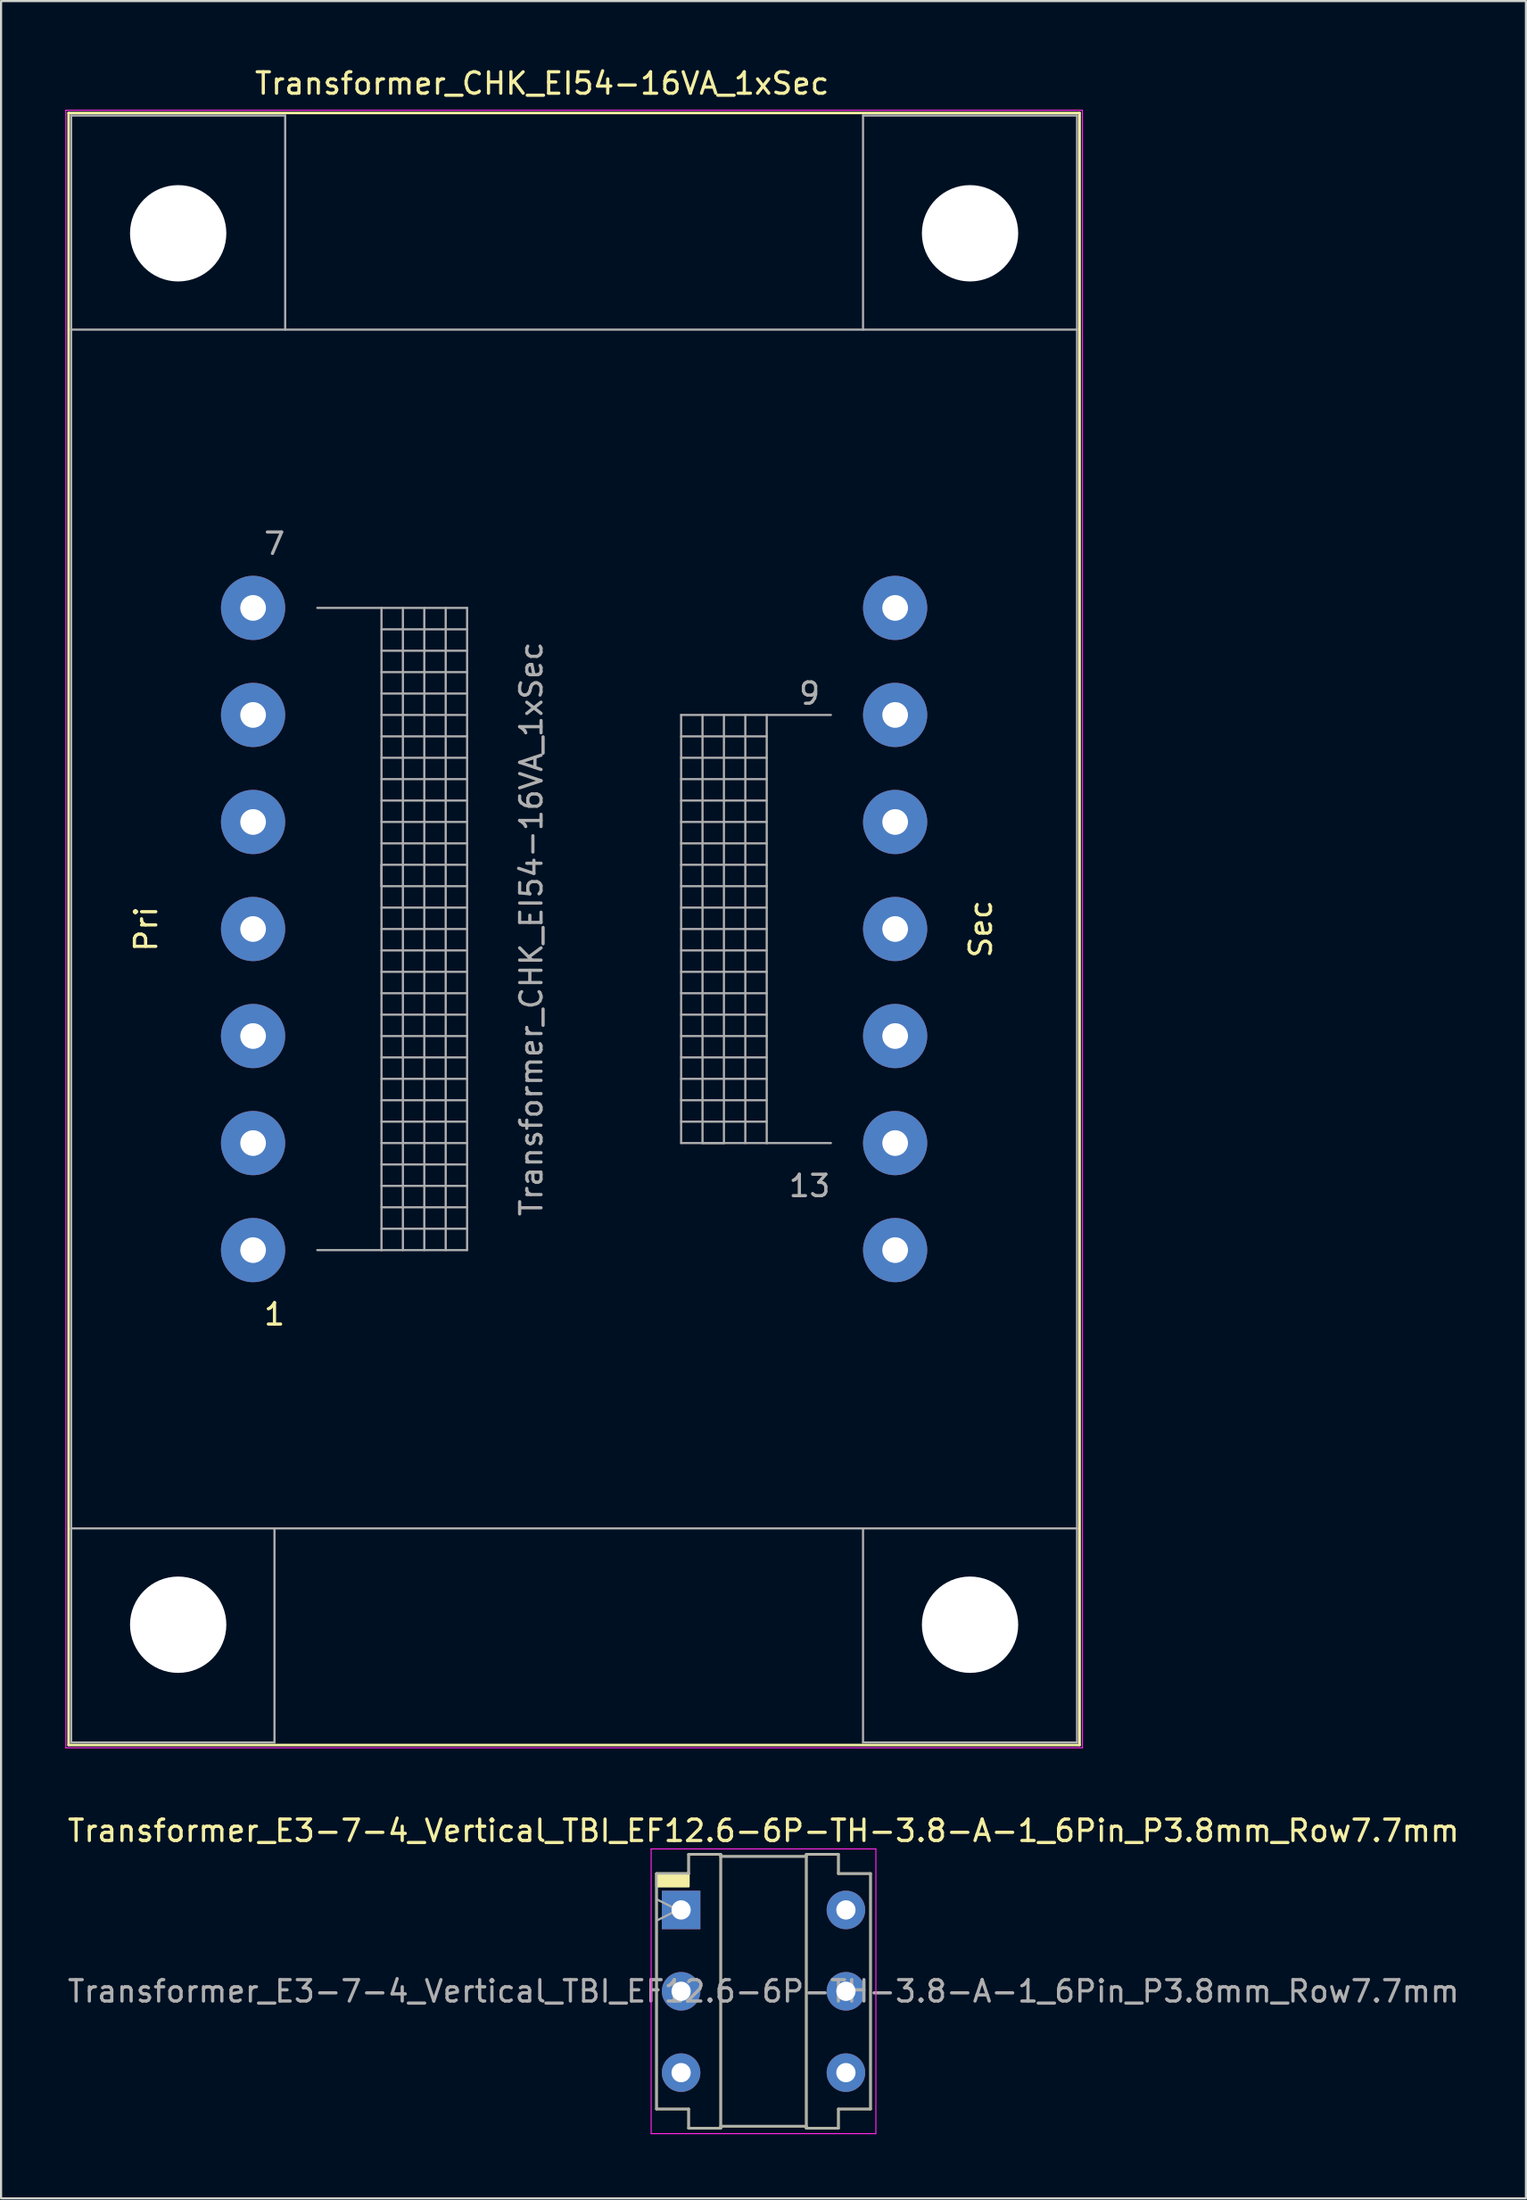
<source format=kicad_pcb>
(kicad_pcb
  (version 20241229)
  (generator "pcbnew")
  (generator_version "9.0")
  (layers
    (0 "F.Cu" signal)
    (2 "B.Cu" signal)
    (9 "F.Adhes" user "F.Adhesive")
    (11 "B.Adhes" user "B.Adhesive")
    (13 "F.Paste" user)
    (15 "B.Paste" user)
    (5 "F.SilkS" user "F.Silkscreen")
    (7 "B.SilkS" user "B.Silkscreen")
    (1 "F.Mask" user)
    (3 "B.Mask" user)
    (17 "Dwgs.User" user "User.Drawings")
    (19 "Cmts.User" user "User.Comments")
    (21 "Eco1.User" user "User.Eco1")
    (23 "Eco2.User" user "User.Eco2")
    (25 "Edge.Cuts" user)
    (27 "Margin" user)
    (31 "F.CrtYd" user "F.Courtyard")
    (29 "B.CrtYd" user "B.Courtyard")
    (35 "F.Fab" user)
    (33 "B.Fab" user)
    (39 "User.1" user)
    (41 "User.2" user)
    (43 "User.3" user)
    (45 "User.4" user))
  (footprint "Transformer_E3-7-4_Vertical_TBI_EF12.6-6P-TH-3.8-A-1_6Pin_P3.8mm_Row7.7mm"
    (layer "F.Cu")
    (at 32.625 89.972)
    (property "Reference" "Transformer_E3-7-4_Vertical_TBI_EF12.6-6P-TH-3.8-A-1_6Pin_P3.8mm_Row7.7mm" (at 0 -7.5 0) (layer "F.SilkS") (effects (font (size 1 1) (thickness 0.15))))
    (attr through_hole)
    (fp_line (start -5 5.5) (end -5 -5.5) (stroke (width 0.12) (type solid)) (layer "F.SilkS"))
    (fp_line (start -3.5 -6.4) (end -3.5 -5.5) (stroke (width 0.12) (type solid)) (layer "F.SilkS"))
    (fp_line (start -3.5 -6.4) (end -2 -6.4) (stroke (width 0.12) (type solid)) (layer "F.SilkS"))
    (fp_line (start -3.5 -5.5) (end -5 -5.5) (stroke (width 0.12) (type solid)) (layer "F.SilkS"))
    (fp_line (start -3.5 5.5) (end -5 5.5) (stroke (width 0.12) (type solid)) (layer "F.SilkS"))
    (fp_line (start -3.5 5.5) (end -3.5 6.4) (stroke (width 0.12) (type solid)) (layer "F.SilkS"))
    (fp_line (start -3.5 6.4) (end -2 6.4) (stroke (width 0.12) (type solid)) (layer "F.SilkS"))
    (fp_line (start -2 -6.3) (end 2 -6.3) (stroke (width 0.12) (type solid)) (layer "F.SilkS"))
    (fp_line (start -2 6.4) (end -2 -6.4) (stroke (width 0.12) (type solid)) (layer "F.SilkS"))
    (fp_line (start 2 -6.4) (end 2 6.4) (stroke (width 0.12) (type solid)) (layer "F.SilkS"))
    (fp_line (start 2 6.3) (end -2 6.3) (stroke (width 0.12) (type solid)) (layer "F.SilkS"))
    (fp_line (start 3.5 -6.4) (end 2 -6.4) (stroke (width 0.12) (type solid)) (layer "F.SilkS"))
    (fp_line (start 3.5 -6.4) (end 3.5 -5.5) (stroke (width 0.12) (type solid)) (layer "F.SilkS"))
    (fp_line (start 3.5 5.5) (end 3.5 6.4) (stroke (width 0.12) (type solid)) (layer "F.SilkS"))
    (fp_line (start 3.5 6.4) (end 2 6.4) (stroke (width 0.12) (type solid)) (layer "F.SilkS"))
    (fp_line (start 5 -5.5) (end 3.5 -5.5) (stroke (width 0.12) (type solid)) (layer "F.SilkS"))
    (fp_line (start 5 -5.5) (end 5 5.5) (stroke (width 0.12) (type solid)) (layer "F.SilkS"))
    (fp_line (start 5 5.5) (end 3.5 5.5) (stroke (width 0.12) (type solid)) (layer "F.SilkS"))
    (fp_poly (pts (xy -5 -5.5) (xy -3.5 -5.5) (xy -3.5 -4.9) (xy -5 -4.9)) (stroke (width 0.1) (type solid)) (fill yes) (layer "F.SilkS"))
    (fp_line (start -5.25 -6.65) (end -5.25 6.65) (stroke (width 0.05) (type solid)) (layer "F.CrtYd"))
    (fp_line (start -5.25 -6.65) (end 5.25 -6.65) (stroke (width 0.05) (type solid)) (layer "F.CrtYd"))
    (fp_line (start -5.25 6.65) (end 5.25 6.65) (stroke (width 0.05) (type solid)) (layer "F.CrtYd"))
    (fp_line (start 5.25 -6.65) (end 5.25 6.65) (stroke (width 0.05) (type solid)) (layer "F.CrtYd"))
    (fp_line (start -5 -4.3) (end -4 -3.8) (stroke (width 0.1) (type solid)) (layer "F.Fab"))
    (fp_line (start -5 5.5) (end -5 -5.5) (stroke (width 0.1) (type solid)) (layer "F.Fab"))
    (fp_line (start -4 -3.8) (end -5 -3.3) (stroke (width 0.1) (type solid)) (layer "F.Fab"))
    (fp_line (start -3.5 -6.4) (end -3.5 -5.5) (stroke (width 0.1) (type solid)) (layer "F.Fab"))
    (fp_line (start -3.5 -6.4) (end -2 -6.4) (stroke (width 0.1) (type solid)) (layer "F.Fab"))
    (fp_line (start -3.5 -5.5) (end -5 -5.5) (stroke (width 0.1) (type solid)) (layer "F.Fab"))
    (fp_line (start -3.5 5.5) (end -5 5.5) (stroke (width 0.1) (type solid)) (layer "F.Fab"))
    (fp_line (start -3.5 5.5) (end -3.5 6.4) (stroke (width 0.1) (type solid)) (layer "F.Fab"))
    (fp_line (start -3.5 6.4) (end -2 6.4) (stroke (width 0.1) (type solid)) (layer "F.Fab"))
    (fp_line (start -2 -6.3) (end 2 -6.3) (stroke (width 0.1) (type solid)) (layer "F.Fab"))
    (fp_line (start -2 6.4) (end -2 -6.4) (stroke (width 0.1) (type solid)) (layer "F.Fab"))
    (fp_line (start 2 -6.4) (end 2 6.4) (stroke (width 0.1) (type solid)) (layer "F.Fab"))
    (fp_line (start 2 6.3) (end -2 6.3) (stroke (width 0.1) (type solid)) (layer "F.Fab"))
    (fp_line (start 3.5 -6.4) (end 2 -6.4) (stroke (width 0.1) (type solid)) (layer "F.Fab"))
    (fp_line (start 3.5 -6.4) (end 3.5 -5.5) (stroke (width 0.1) (type solid)) (layer "F.Fab"))
    (fp_line (start 3.5 5.5) (end 3.5 6.4) (stroke (width 0.1) (type solid)) (layer "F.Fab"))
    (fp_line (start 3.5 6.4) (end 2 6.4) (stroke (width 0.1) (type solid)) (layer "F.Fab"))
    (fp_line (start 5 -5.5) (end 3.5 -5.5) (stroke (width 0.1) (type solid)) (layer "F.Fab"))
    (fp_line (start 5 -5.5) (end 5 5.5) (stroke (width 0.1) (type solid)) (layer "F.Fab"))
    (fp_line (start 5 5.5) (end 3.5 5.5) (stroke (width 0.1) (type solid)) (layer "F.Fab"))
    (fp_text user "${REFERENCE}" (at 0 0 0) (layer "F.Fab") (effects (font (size 1 1) (thickness 0.15))))
    (pad "1" thru_hole rect (at -3.85 -3.8) (size 1.8 1.8) (drill 0.9) (layers "*.Cu" "*.Mask"))
    (pad "2" thru_hole circle (at -3.85 0) (size 1.8 1.8) (drill 0.9) (layers "*.Cu" "*.Mask"))
    (pad "3" thru_hole circle (at -3.85 3.8) (size 1.8 1.8) (drill 0.9) (layers "*.Cu" "*.Mask"))
    (pad "4" thru_hole circle (at 3.85 3.8) (size 1.8 1.8) (drill 0.9) (layers "*.Cu" "*.Mask"))
    (pad "5" thru_hole circle (at 3.85 0) (size 1.8 1.8) (drill 0.9) (layers "*.Cu" "*.Mask"))
    (pad "6" thru_hole circle (at 3.85 -3.8) (size 1.8 1.8) (drill 0.9) (layers "*.Cu" "*.Mask")))
  (footprint "Transformer_CHK_EI54-16VA_1xSec"
    (layer "F.Cu")
    (at 8.775 55.348)
    (property "Reference" "Transformer_CHK_EI54-16VA_1xSec" (at 13.5 -54.5 0) (layer "F.SilkS") (effects (font (size 1 1) (thickness 0.15))))
    (attr through_hole)
    (fp_line (start -8.62 -53.12) (end -8.62 23.12) (stroke (width 0.12) (type solid)) (layer "F.SilkS"))
    (fp_line (start -8.62 -53.12) (end 38.62 -53.12) (stroke (width 0.12) (type solid)) (layer "F.SilkS"))
    (fp_line (start 38.62 23.12) (end -8.62 23.12) (stroke (width 0.12) (type solid)) (layer "F.SilkS"))
    (fp_line (start 38.62 23.12) (end 38.62 -53.12) (stroke (width 0.12) (type solid)) (layer "F.SilkS"))
    (fp_line (start -8.75 -53.25) (end -8.75 23.25) (stroke (width 0.05) (type solid)) (layer "F.CrtYd"))
    (fp_line (start -8.75 -53.25) (end 38.75 -53.25) (stroke (width 0.05) (type solid)) (layer "F.CrtYd"))
    (fp_line (start 38.75 23.25) (end -8.75 23.25) (stroke (width 0.05) (type solid)) (layer "F.CrtYd"))
    (fp_line (start 38.75 23.25) (end 38.75 -53.25) (stroke (width 0.05) (type solid)) (layer "F.CrtYd"))
    (fp_line (start -8.5 -53) (end 1.5 -53) (stroke (width 0.1) (type solid)) (layer "F.Fab"))
    (fp_line (start -8.5 -43) (end -8.5 -53) (stroke (width 0.1) (type solid)) (layer "F.Fab"))
    (fp_line (start -8.5 -43) (end -8.5 13) (stroke (width 0.1) (type solid)) (layer "F.Fab"))
    (fp_line (start -8.5 13) (end -8.5 23) (stroke (width 0.1) (type solid)) (layer "F.Fab"))
    (fp_line (start -8.5 13) (end 38.5 13) (stroke (width 0.1) (type solid)) (layer "F.Fab"))
    (fp_line (start -8.5 23) (end 1 23) (stroke (width 0.1) (type solid)) (layer "F.Fab"))
    (fp_line (start 1 23) (end 1 13) (stroke (width 0.1) (type solid)) (layer "F.Fab"))
    (fp_line (start 1.5 -53) (end 1.5 -43) (stroke (width 0.1) (type solid)) (layer "F.Fab"))
    (fp_line (start 3 -30) (end 6 -30) (stroke (width 0.1) (type solid)) (layer "F.Fab"))
    (fp_line (start 6 -30) (end 6 0) (stroke (width 0.1) (type solid)) (layer "F.Fab"))
    (fp_line (start 6 -30) (end 10 -30) (stroke (width 0.1) (type solid)) (layer "F.Fab"))
    (fp_line (start 6 -29) (end 10 -29) (stroke (width 0.1) (type solid)) (layer "F.Fab"))
    (fp_line (start 6 -27) (end 10 -27) (stroke (width 0.1) (type solid)) (layer "F.Fab"))
    (fp_line (start 6 -25) (end 10 -25) (stroke (width 0.1) (type solid)) (layer "F.Fab"))
    (fp_line (start 6 -23) (end 10 -23) (stroke (width 0.1) (type solid)) (layer "F.Fab"))
    (fp_line (start 6 -21) (end 10 -21) (stroke (width 0.1) (type solid)) (layer "F.Fab"))
    (fp_line (start 6 -19) (end 10 -19) (stroke (width 0.1) (type solid)) (layer "F.Fab"))
    (fp_line (start 6 -18) (end 6 -17) (stroke (width 0.1) (type solid)) (layer "F.Fab"))
    (fp_line (start 6 -17) (end 10 -17) (stroke (width 0.1) (type solid)) (layer "F.Fab"))
    (fp_line (start 6 -15) (end 10 -15) (stroke (width 0.1) (type solid)) (layer "F.Fab"))
    (fp_line (start 6 -13) (end 10 -13) (stroke (width 0.1) (type solid)) (layer "F.Fab"))
    (fp_line (start 6 -11) (end 10 -11) (stroke (width 0.1) (type solid)) (layer "F.Fab"))
    (fp_line (start 6 -9) (end 10 -9) (stroke (width 0.1) (type solid)) (layer "F.Fab"))
    (fp_line (start 6 -7) (end 10 -7) (stroke (width 0.1) (type solid)) (layer "F.Fab"))
    (fp_line (start 6 -5) (end 10 -5) (stroke (width 0.1) (type solid)) (layer "F.Fab"))
    (fp_line (start 6 -3) (end 10 -3) (stroke (width 0.1) (type solid)) (layer "F.Fab"))
    (fp_line (start 6 -1) (end 10 -1) (stroke (width 0.1) (type solid)) (layer "F.Fab"))
    (fp_line (start 6 0) (end 3 0) (stroke (width 0.1) (type solid)) (layer "F.Fab"))
    (fp_line (start 7 0) (end 7 -30) (stroke (width 0.1) (type solid)) (layer "F.Fab"))
    (fp_line (start 8 -30) (end 8 0) (stroke (width 0.1) (type solid)) (layer "F.Fab"))
    (fp_line (start 9 0) (end 9 -30) (stroke (width 0.1) (type solid)) (layer "F.Fab"))
    (fp_line (start 10 -30) (end 10 0) (stroke (width 0.1) (type solid)) (layer "F.Fab"))
    (fp_line (start 10 -28) (end 6 -28) (stroke (width 0.1) (type solid)) (layer "F.Fab"))
    (fp_line (start 10 -26) (end 6 -26) (stroke (width 0.1) (type solid)) (layer "F.Fab"))
    (fp_line (start 10 -24) (end 6 -24) (stroke (width 0.1) (type solid)) (layer "F.Fab"))
    (fp_line (start 10 -22) (end 6 -22) (stroke (width 0.1) (type solid)) (layer "F.Fab"))
    (fp_line (start 10 -20) (end 6 -20) (stroke (width 0.1) (type solid)) (layer "F.Fab"))
    (fp_line (start 10 -18) (end 6 -18) (stroke (width 0.1) (type solid)) (layer "F.Fab"))
    (fp_line (start 10 -16) (end 6 -16) (stroke (width 0.1) (type solid)) (layer "F.Fab"))
    (fp_line (start 10 -14) (end 6 -14) (stroke (width 0.1) (type solid)) (layer "F.Fab"))
    (fp_line (start 10 -12) (end 6 -12) (stroke (width 0.1) (type solid)) (layer "F.Fab"))
    (fp_line (start 10 -10) (end 6 -10) (stroke (width 0.1) (type solid)) (layer "F.Fab"))
    (fp_line (start 10 -8) (end 6 -8) (stroke (width 0.1) (type solid)) (layer "F.Fab"))
    (fp_line (start 10 -6) (end 6 -6) (stroke (width 0.1) (type solid)) (layer "F.Fab"))
    (fp_line (start 10 -4) (end 6 -4) (stroke (width 0.1) (type solid)) (layer "F.Fab"))
    (fp_line (start 10 -2) (end 6 -2) (stroke (width 0.1) (type solid)) (layer "F.Fab"))
    (fp_line (start 10 0) (end 6 0) (stroke (width 0.1) (type solid)) (layer "F.Fab"))
    (fp_line (start 20 -25) (end 20 -5) (stroke (width 0.1) (type solid)) (layer "F.Fab"))
    (fp_line (start 20 -24) (end 24 -24) (stroke (width 0.1) (type solid)) (layer "F.Fab"))
    (fp_line (start 20 -22) (end 24 -22) (stroke (width 0.1) (type solid)) (layer "F.Fab"))
    (fp_line (start 20 -20) (end 24 -20) (stroke (width 0.1) (type solid)) (layer "F.Fab"))
    (fp_line (start 20 -18) (end 24 -18) (stroke (width 0.1) (type solid)) (layer "F.Fab"))
    (fp_line (start 20 -16) (end 24 -16) (stroke (width 0.1) (type solid)) (layer "F.Fab"))
    (fp_line (start 20 -14) (end 24 -14) (stroke (width 0.1) (type solid)) (layer "F.Fab"))
    (fp_line (start 20 -12) (end 24 -12) (stroke (width 0.1) (type solid)) (layer "F.Fab"))
    (fp_line (start 20 -10) (end 24 -10) (stroke (width 0.1) (type solid)) (layer "F.Fab"))
    (fp_line (start 20 -8) (end 24 -8) (stroke (width 0.1) (type solid)) (layer "F.Fab"))
    (fp_line (start 20 -6) (end 24 -6) (stroke (width 0.1) (type solid)) (layer "F.Fab"))
    (fp_line (start 20 -5) (end 24 -5) (stroke (width 0.1) (type solid)) (layer "F.Fab"))
    (fp_line (start 21 -5) (end 21 -25) (stroke (width 0.1) (type solid)) (layer "F.Fab"))
    (fp_line (start 22 -25) (end 22 -5) (stroke (width 0.1) (type solid)) (layer "F.Fab"))
    (fp_line (start 22 -5) (end 21 -5) (stroke (width 0.1) (type solid)) (layer "F.Fab"))
    (fp_line (start 23 -5) (end 23 -25) (stroke (width 0.1) (type solid)) (layer "F.Fab"))
    (fp_line (start 24 -25) (end 20 -25) (stroke (width 0.1) (type solid)) (layer "F.Fab"))
    (fp_line (start 24 -25) (end 24 -5) (stroke (width 0.1) (type solid)) (layer "F.Fab"))
    (fp_line (start 24 -23) (end 20 -23) (stroke (width 0.1) (type solid)) (layer "F.Fab"))
    (fp_line (start 24 -21) (end 20 -21) (stroke (width 0.1) (type solid)) (layer "F.Fab"))
    (fp_line (start 24 -19) (end 20 -19) (stroke (width 0.1) (type solid)) (layer "F.Fab"))
    (fp_line (start 24 -17) (end 20 -17) (stroke (width 0.1) (type solid)) (layer "F.Fab"))
    (fp_line (start 24 -15) (end 20 -15) (stroke (width 0.1) (type solid)) (layer "F.Fab"))
    (fp_line (start 24 -13) (end 20 -13) (stroke (width 0.1) (type solid)) (layer "F.Fab"))
    (fp_line (start 24 -11) (end 20 -11) (stroke (width 0.1) (type solid)) (layer "F.Fab"))
    (fp_line (start 24 -9) (end 20 -9) (stroke (width 0.1) (type solid)) (layer "F.Fab"))
    (fp_line (start 24 -7) (end 20 -7) (stroke (width 0.1) (type solid)) (layer "F.Fab"))
    (fp_line (start 24 -5) (end 27 -5) (stroke (width 0.1) (type solid)) (layer "F.Fab"))
    (fp_line (start 27 -25) (end 24 -25) (stroke (width 0.1) (type solid)) (layer "F.Fab"))
    (fp_line (start 28.5 -53) (end 28.5 -43) (stroke (width 0.1) (type solid)) (layer "F.Fab"))
    (fp_line (start 28.5 23) (end 28.5 13) (stroke (width 0.1) (type solid)) (layer "F.Fab"))
    (fp_line (start 38.5 -53) (end 28.5 -53) (stroke (width 0.1) (type solid)) (layer "F.Fab"))
    (fp_line (start 38.5 -43) (end -8.5 -43) (stroke (width 0.1) (type solid)) (layer "F.Fab"))
    (fp_line (start 38.5 -43) (end 38.5 -53) (stroke (width 0.1) (type solid)) (layer "F.Fab"))
    (fp_line (start 38.5 13) (end 38.5 -43) (stroke (width 0.1) (type solid)) (layer "F.Fab"))
    (fp_line (start 38.5 13) (end 38.5 23) (stroke (width 0.1) (type solid)) (layer "F.Fab"))
    (fp_line (start 38.5 23) (end 28.5 23) (stroke (width 0.1) (type solid)) (layer "F.Fab"))
    (fp_text user "Sec" (at 34 -15 90) (layer "F.SilkS") (effects (font (size 1 1) (thickness 0.15))))
    (fp_text user "Pri" (at -5 -15 90) (layer "F.SilkS") (effects (font (size 1 1) (thickness 0.15))))
    (fp_text user "1" (at 1 3 0) (layer "F.SilkS") (effects (font (size 1 1) (thickness 0.15))))
    (fp_text user "7" (at 1 -33 0) (layer "F.Fab") (effects (font (size 1 1) (thickness 0.15))))
    (fp_text user "${REFERENCE}" (at 13 -15 90) (layer "F.Fab") (effects (font (size 1 1) (thickness 0.15))))
    (fp_text user "9" (at 26 -26 0) (layer "F.Fab") (effects (font (size 1 1) (thickness 0.15))))
    (fp_text user "13" (at 26 -3 0) (layer "F.Fab") (effects (font (size 1 1) (thickness 0.15))))
    (pad "" np_thru_hole circle (at -3.5 -47.5) (size 4.5 4.5) (drill 4.5) (layers "*.Cu" "*.Mask"))
    (pad "" np_thru_hole circle (at -3.5 17.5) (size 4.5 4.5) (drill 4.5) (layers "*.Cu" "*.Mask"))
    (pad "" np_thru_hole circle (at 33.5 -47.5) (size 4.5 4.5) (drill 4.5) (layers "*.Cu" "*.Mask"))
    (pad "" np_thru_hole circle (at 33.5 17.5) (size 4.5 4.5) (drill 4.5) (layers "*.Cu" "*.Mask"))
    (pad "1" thru_hole circle (at 0 0) (size 3 3) (drill 1.2) (layers "*.Cu" "*.Mask"))
    (pad "2" thru_hole circle (at 0 -5) (size 3 3) (drill 1.2) (layers "*.Cu" "*.Mask"))
    (pad "3" thru_hole circle (at 0 -10) (size 3 3) (drill 1.2) (layers "*.Cu" "*.Mask"))
    (pad "4" thru_hole circle (at 0 -15) (size 3 3) (drill 1.2) (layers "*.Cu" "*.Mask"))
    (pad "5" thru_hole circle (at 0 -20) (size 3 3) (drill 1.2) (layers "*.Cu" "*.Mask"))
    (pad "6" thru_hole circle (at 0 -25) (size 3 3) (drill 1.2) (layers "*.Cu" "*.Mask"))
    (pad "7" thru_hole circle (at 0 -30) (size 3 3) (drill 1.2) (layers "*.Cu" "*.Mask"))
    (pad "8" thru_hole circle (at 30 -30) (size 3 3) (drill 1.2) (layers "*.Cu" "*.Mask"))
    (pad "9" thru_hole circle (at 30 -25) (size 3 3) (drill 1.2) (layers "*.Cu" "*.Mask"))
    (pad "10" thru_hole circle (at 30 -20) (size 3 3) (drill 1.2) (layers "*.Cu" "*.Mask"))
    (pad "11" thru_hole circle (at 30 -15) (size 3 3) (drill 1.2) (layers "*.Cu" "*.Mask"))
    (pad "12" thru_hole circle (at 30 -10) (size 3 3) (drill 1.2) (layers "*.Cu" "*.Mask"))
    (pad "13" thru_hole circle (at 30 -5) (size 3 3) (drill 1.2) (layers "*.Cu" "*.Mask"))
    (pad "14" thru_hole circle (at 30 0) (size 3 3) (drill 1.2) (layers "*.Cu" "*.Mask")))
  (gr_rect
    (start -3 -3)
    (end 68.25 99.647)
    (stroke (width 0.1) (type default))
    (fill no)
    (layer "Edge.Cuts")))
</source>
